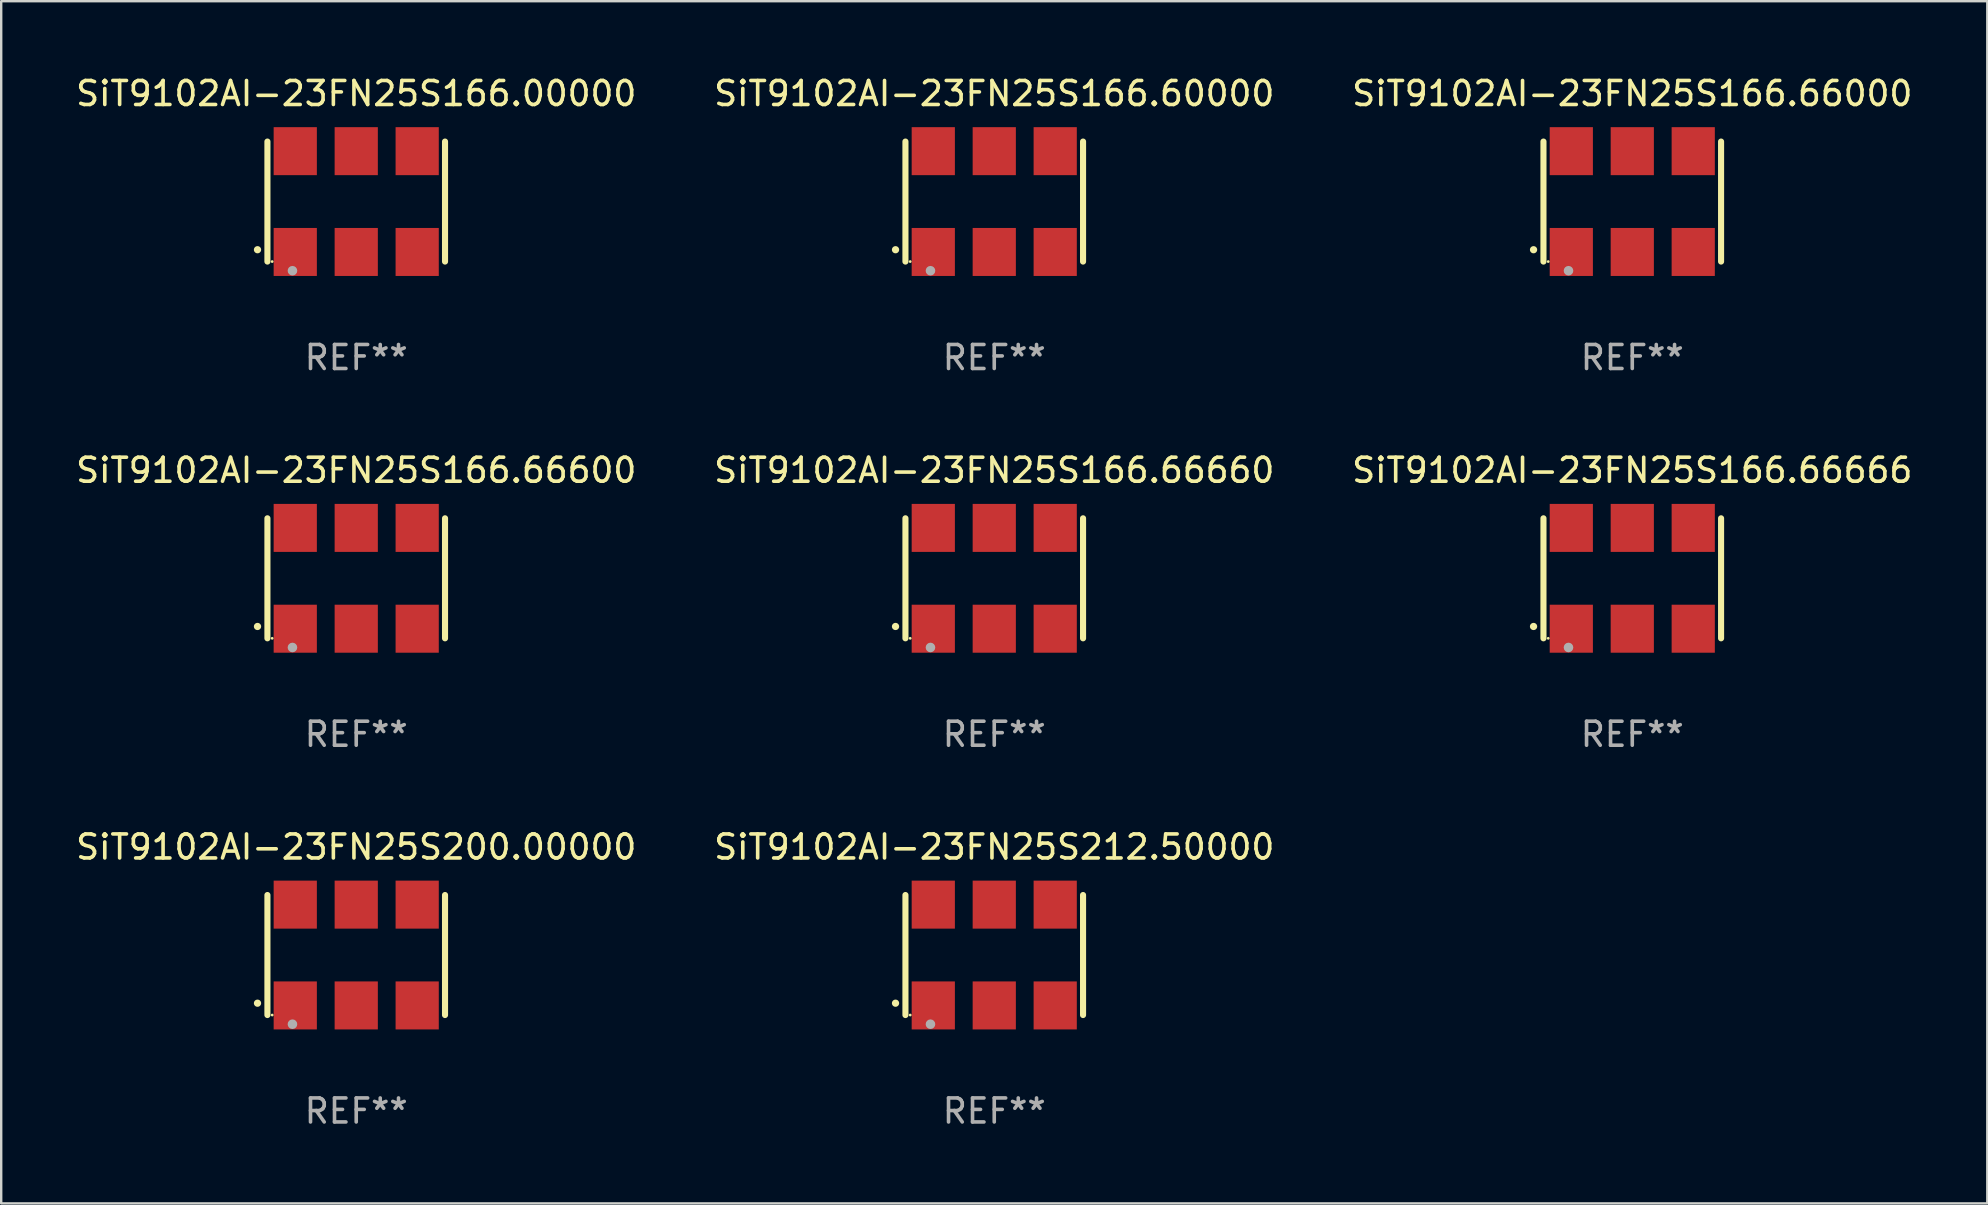
<source format=kicad_pcb>
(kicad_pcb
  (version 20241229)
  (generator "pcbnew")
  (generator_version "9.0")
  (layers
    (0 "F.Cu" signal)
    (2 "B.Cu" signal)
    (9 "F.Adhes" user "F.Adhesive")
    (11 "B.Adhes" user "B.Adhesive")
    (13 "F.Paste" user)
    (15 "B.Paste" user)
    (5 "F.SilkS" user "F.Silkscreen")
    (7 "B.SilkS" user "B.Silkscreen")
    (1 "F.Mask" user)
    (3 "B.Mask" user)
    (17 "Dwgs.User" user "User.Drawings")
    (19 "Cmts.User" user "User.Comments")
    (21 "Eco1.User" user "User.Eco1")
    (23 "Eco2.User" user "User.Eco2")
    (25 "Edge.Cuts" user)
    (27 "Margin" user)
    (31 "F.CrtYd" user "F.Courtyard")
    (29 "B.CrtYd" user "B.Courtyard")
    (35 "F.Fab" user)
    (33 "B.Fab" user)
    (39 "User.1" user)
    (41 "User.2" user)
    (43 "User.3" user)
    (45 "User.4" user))
  (footprint "SiT9102AI-23FN25S166.66600"
    (layer "F.Cu")
    (at 11.792 21.045)
    (property "Reference" "SiT9102AI-23FN25S166.66600" (at 0 -4.5 0) (layer "F.SilkS") (effects (font (size 1 1) (thickness 0.15))))
    (attr through_hole)
    (fp_line (start -3.7 -2.5) (end -3.7 2.5) (stroke (width 0.254) (type solid)) (layer "F.SilkS"))
    (fp_line (start 3.7 -2.5) (end 3.7 2.5) (stroke (width 0.254) (type solid)) (layer "F.SilkS"))
    (fp_arc (start -4.114415 2.006604) (mid -4.113145 2.006599) (end -4.111875 2.006604) (stroke (width 0.3) (type solid)) (layer "F.SilkS"))
    (fp_circle (center -3.502 2.5) (end -3.472 2.5) (stroke (width 0.06) (type solid)) (fill no) (layer "F.SilkS"))
    (fp_circle (center -2.657 2.882) (end -2.557 2.882) (stroke (width 0.2) (type solid)) (fill no) (layer "F.Fab"))
    (fp_text user "REF**" (at 0 6.5 0) (layer "F.Fab") (effects (font (size 1 1) (thickness 0.15))))
    (pad "1" smd rect (at -2.54 2.1) (size 1.8 2) (layers "F.Cu" "F.Mask" "F.Paste"))
    (pad "2" smd rect (at 0.000394 2.1) (size 1.8 2) (layers "F.Cu" "F.Mask" "F.Paste"))
    (pad "3" smd rect (at 2.54 2.1) (size 1.8 2) (layers "F.Cu" "F.Mask" "F.Paste"))
    (pad "4" smd rect (at 2.54 -2.1) (size 1.8 2) (layers "F.Cu" "F.Mask" "F.Paste"))
    (pad "5" smd rect (at 0.000394 -2.1) (size 1.8 2) (layers "F.Cu" "F.Mask" "F.Paste"))
    (pad "6" smd rect (at -2.54 -2.1) (size 1.8 2) (layers "F.Cu" "F.Mask" "F.Paste")))
  (footprint "SiT9102AI-23FN25S212.50000"
    (layer "F.Cu")
    (at 38.375 36.741)
    (property "Reference" "SiT9102AI-23FN25S212.50000" (at 0 -4.5 0) (layer "F.SilkS") (effects (font (size 1 1) (thickness 0.15))))
    (attr through_hole)
    (fp_line (start -3.7 -2.5) (end -3.7 2.5) (stroke (width 0.254) (type solid)) (layer "F.SilkS"))
    (fp_line (start 3.7 -2.5) (end 3.7 2.5) (stroke (width 0.254) (type solid)) (layer "F.SilkS"))
    (fp_arc (start -4.114415 2.006604) (mid -4.113145 2.006599) (end -4.111875 2.006604) (stroke (width 0.3) (type solid)) (layer "F.SilkS"))
    (fp_circle (center -3.502 2.5) (end -3.472 2.5) (stroke (width 0.06) (type solid)) (fill no) (layer "F.SilkS"))
    (fp_circle (center -2.657 2.882) (end -2.557 2.882) (stroke (width 0.2) (type solid)) (fill no) (layer "F.Fab"))
    (fp_text user "REF**" (at 0 6.5 0) (layer "F.Fab") (effects (font (size 1 1) (thickness 0.15))))
    (pad "1" smd rect (at -2.54 2.1) (size 1.8 2) (layers "F.Cu" "F.Mask" "F.Paste"))
    (pad "2" smd rect (at 0.000394 2.1) (size 1.8 2) (layers "F.Cu" "F.Mask" "F.Paste"))
    (pad "3" smd rect (at 2.54 2.1) (size 1.8 2) (layers "F.Cu" "F.Mask" "F.Paste"))
    (pad "4" smd rect (at 2.54 -2.1) (size 1.8 2) (layers "F.Cu" "F.Mask" "F.Paste"))
    (pad "5" smd rect (at 0.000394 -2.1) (size 1.8 2) (layers "F.Cu" "F.Mask" "F.Paste"))
    (pad "6" smd rect (at -2.54 -2.1) (size 1.8 2) (layers "F.Cu" "F.Mask" "F.Paste")))
  (footprint "SiT9102AI-23FN25S200.00000"
    (layer "F.Cu")
    (at 11.792 36.741)
    (property "Reference" "SiT9102AI-23FN25S200.00000" (at 0 -4.5 0) (layer "F.SilkS") (effects (font (size 1 1) (thickness 0.15))))
    (attr through_hole)
    (fp_line (start -3.7 -2.5) (end -3.7 2.5) (stroke (width 0.254) (type solid)) (layer "F.SilkS"))
    (fp_line (start 3.7 -2.5) (end 3.7 2.5) (stroke (width 0.254) (type solid)) (layer "F.SilkS"))
    (fp_arc (start -4.114415 2.006604) (mid -4.113145 2.006599) (end -4.111875 2.006604) (stroke (width 0.3) (type solid)) (layer "F.SilkS"))
    (fp_circle (center -3.502 2.5) (end -3.472 2.5) (stroke (width 0.06) (type solid)) (fill no) (layer "F.SilkS"))
    (fp_circle (center -2.657 2.882) (end -2.557 2.882) (stroke (width 0.2) (type solid)) (fill no) (layer "F.Fab"))
    (fp_text user "REF**" (at 0 6.5 0) (layer "F.Fab") (effects (font (size 1 1) (thickness 0.15))))
    (pad "1" smd rect (at -2.54 2.1) (size 1.8 2) (layers "F.Cu" "F.Mask" "F.Paste"))
    (pad "2" smd rect (at 0.000394 2.1) (size 1.8 2) (layers "F.Cu" "F.Mask" "F.Paste"))
    (pad "3" smd rect (at 2.54 2.1) (size 1.8 2) (layers "F.Cu" "F.Mask" "F.Paste"))
    (pad "4" smd rect (at 2.54 -2.1) (size 1.8 2) (layers "F.Cu" "F.Mask" "F.Paste"))
    (pad "5" smd rect (at 0.000394 -2.1) (size 1.8 2) (layers "F.Cu" "F.Mask" "F.Paste"))
    (pad "6" smd rect (at -2.54 -2.1) (size 1.8 2) (layers "F.Cu" "F.Mask" "F.Paste")))
  (footprint "SiT9102AI-23FN25S166.66660"
    (layer "F.Cu")
    (at 38.375 21.045)
    (property "Reference" "SiT9102AI-23FN25S166.66660" (at 0 -4.5 0) (layer "F.SilkS") (effects (font (size 1 1) (thickness 0.15))))
    (attr through_hole)
    (fp_line (start -3.7 -2.5) (end -3.7 2.5) (stroke (width 0.254) (type solid)) (layer "F.SilkS"))
    (fp_line (start 3.7 -2.5) (end 3.7 2.5) (stroke (width 0.254) (type solid)) (layer "F.SilkS"))
    (fp_arc (start -4.114415 2.006604) (mid -4.113145 2.006599) (end -4.111875 2.006604) (stroke (width 0.3) (type solid)) (layer "F.SilkS"))
    (fp_circle (center -3.502 2.5) (end -3.472 2.5) (stroke (width 0.06) (type solid)) (fill no) (layer "F.SilkS"))
    (fp_circle (center -2.657 2.882) (end -2.557 2.882) (stroke (width 0.2) (type solid)) (fill no) (layer "F.Fab"))
    (fp_text user "REF**" (at 0 6.5 0) (layer "F.Fab") (effects (font (size 1 1) (thickness 0.15))))
    (pad "1" smd rect (at -2.54 2.1) (size 1.8 2) (layers "F.Cu" "F.Mask" "F.Paste"))
    (pad "2" smd rect (at 0.000394 2.1) (size 1.8 2) (layers "F.Cu" "F.Mask" "F.Paste"))
    (pad "3" smd rect (at 2.54 2.1) (size 1.8 2) (layers "F.Cu" "F.Mask" "F.Paste"))
    (pad "4" smd rect (at 2.54 -2.1) (size 1.8 2) (layers "F.Cu" "F.Mask" "F.Paste"))
    (pad "5" smd rect (at 0.000394 -2.1) (size 1.8 2) (layers "F.Cu" "F.Mask" "F.Paste"))
    (pad "6" smd rect (at -2.54 -2.1) (size 1.8 2) (layers "F.Cu" "F.Mask" "F.Paste")))
  (footprint "SiT9102AI-23FN25S166.66666"
    (layer "F.Cu")
    (at 64.958 21.045)
    (property "Reference" "SiT9102AI-23FN25S166.66666" (at 0 -4.5 0) (layer "F.SilkS") (effects (font (size 1 1) (thickness 0.15))))
    (attr through_hole)
    (fp_line (start -3.7 -2.5) (end -3.7 2.5) (stroke (width 0.254) (type solid)) (layer "F.SilkS"))
    (fp_line (start 3.7 -2.5) (end 3.7 2.5) (stroke (width 0.254) (type solid)) (layer "F.SilkS"))
    (fp_arc (start -4.114415 2.006604) (mid -4.113145 2.006599) (end -4.111875 2.006604) (stroke (width 0.3) (type solid)) (layer "F.SilkS"))
    (fp_circle (center -3.502 2.5) (end -3.472 2.5) (stroke (width 0.06) (type solid)) (fill no) (layer "F.SilkS"))
    (fp_circle (center -2.657 2.882) (end -2.557 2.882) (stroke (width 0.2) (type solid)) (fill no) (layer "F.Fab"))
    (fp_text user "REF**" (at 0 6.5 0) (layer "F.Fab") (effects (font (size 1 1) (thickness 0.15))))
    (pad "1" smd rect (at -2.54 2.1) (size 1.8 2) (layers "F.Cu" "F.Mask" "F.Paste"))
    (pad "2" smd rect (at 0.000394 2.1) (size 1.8 2) (layers "F.Cu" "F.Mask" "F.Paste"))
    (pad "3" smd rect (at 2.54 2.1) (size 1.8 2) (layers "F.Cu" "F.Mask" "F.Paste"))
    (pad "4" smd rect (at 2.54 -2.1) (size 1.8 2) (layers "F.Cu" "F.Mask" "F.Paste"))
    (pad "5" smd rect (at 0.000394 -2.1) (size 1.8 2) (layers "F.Cu" "F.Mask" "F.Paste"))
    (pad "6" smd rect (at -2.54 -2.1) (size 1.8 2) (layers "F.Cu" "F.Mask" "F.Paste")))
  (footprint "SiT9102AI-23FN25S166.60000"
    (layer "F.Cu")
    (at 38.375 5.348)
    (property "Reference" "SiT9102AI-23FN25S166.60000" (at 0 -4.5 0) (layer "F.SilkS") (effects (font (size 1 1) (thickness 0.15))))
    (attr through_hole)
    (fp_line (start -3.7 -2.5) (end -3.7 2.5) (stroke (width 0.254) (type solid)) (layer "F.SilkS"))
    (fp_line (start 3.7 -2.5) (end 3.7 2.5) (stroke (width 0.254) (type solid)) (layer "F.SilkS"))
    (fp_arc (start -4.114415 2.006604) (mid -4.113145 2.006599) (end -4.111875 2.006604) (stroke (width 0.3) (type solid)) (layer "F.SilkS"))
    (fp_circle (center -3.502 2.5) (end -3.472 2.5) (stroke (width 0.06) (type solid)) (fill no) (layer "F.SilkS"))
    (fp_circle (center -2.657 2.882) (end -2.557 2.882) (stroke (width 0.2) (type solid)) (fill no) (layer "F.Fab"))
    (fp_text user "REF**" (at 0 6.5 0) (layer "F.Fab") (effects (font (size 1 1) (thickness 0.15))))
    (pad "1" smd rect (at -2.54 2.1) (size 1.8 2) (layers "F.Cu" "F.Mask" "F.Paste"))
    (pad "2" smd rect (at 0.000394 2.1) (size 1.8 2) (layers "F.Cu" "F.Mask" "F.Paste"))
    (pad "3" smd rect (at 2.54 2.1) (size 1.8 2) (layers "F.Cu" "F.Mask" "F.Paste"))
    (pad "4" smd rect (at 2.54 -2.1) (size 1.8 2) (layers "F.Cu" "F.Mask" "F.Paste"))
    (pad "5" smd rect (at 0.000394 -2.1) (size 1.8 2) (layers "F.Cu" "F.Mask" "F.Paste"))
    (pad "6" smd rect (at -2.54 -2.1) (size 1.8 2) (layers "F.Cu" "F.Mask" "F.Paste")))
  (footprint "SiT9102AI-23FN25S166.00000"
    (layer "F.Cu")
    (at 11.792 5.348)
    (property "Reference" "SiT9102AI-23FN25S166.00000" (at 0 -4.5 0) (layer "F.SilkS") (effects (font (size 1 1) (thickness 0.15))))
    (attr through_hole)
    (fp_line (start -3.7 -2.5) (end -3.7 2.5) (stroke (width 0.254) (type solid)) (layer "F.SilkS"))
    (fp_line (start 3.7 -2.5) (end 3.7 2.5) (stroke (width 0.254) (type solid)) (layer "F.SilkS"))
    (fp_arc (start -4.114415 2.006604) (mid -4.113145 2.006599) (end -4.111875 2.006604) (stroke (width 0.3) (type solid)) (layer "F.SilkS"))
    (fp_circle (center -3.502 2.5) (end -3.472 2.5) (stroke (width 0.06) (type solid)) (fill no) (layer "F.SilkS"))
    (fp_circle (center -2.657 2.882) (end -2.557 2.882) (stroke (width 0.2) (type solid)) (fill no) (layer "F.Fab"))
    (fp_text user "REF**" (at 0 6.5 0) (layer "F.Fab") (effects (font (size 1 1) (thickness 0.15))))
    (pad "1" smd rect (at -2.54 2.1) (size 1.8 2) (layers "F.Cu" "F.Mask" "F.Paste"))
    (pad "2" smd rect (at 0.000394 2.1) (size 1.8 2) (layers "F.Cu" "F.Mask" "F.Paste"))
    (pad "3" smd rect (at 2.54 2.1) (size 1.8 2) (layers "F.Cu" "F.Mask" "F.Paste"))
    (pad "4" smd rect (at 2.54 -2.1) (size 1.8 2) (layers "F.Cu" "F.Mask" "F.Paste"))
    (pad "5" smd rect (at 0.000394 -2.1) (size 1.8 2) (layers "F.Cu" "F.Mask" "F.Paste"))
    (pad "6" smd rect (at -2.54 -2.1) (size 1.8 2) (layers "F.Cu" "F.Mask" "F.Paste")))
  (footprint "SiT9102AI-23FN25S166.66000"
    (layer "F.Cu")
    (at 64.958 5.348)
    (property "Reference" "SiT9102AI-23FN25S166.66000" (at 0 -4.5 0) (layer "F.SilkS") (effects (font (size 1 1) (thickness 0.15))))
    (attr through_hole)
    (fp_line (start -3.7 -2.5) (end -3.7 2.5) (stroke (width 0.254) (type solid)) (layer "F.SilkS"))
    (fp_line (start 3.7 -2.5) (end 3.7 2.5) (stroke (width 0.254) (type solid)) (layer "F.SilkS"))
    (fp_arc (start -4.114415 2.006604) (mid -4.113145 2.006599) (end -4.111875 2.006604) (stroke (width 0.3) (type solid)) (layer "F.SilkS"))
    (fp_circle (center -3.502 2.5) (end -3.472 2.5) (stroke (width 0.06) (type solid)) (fill no) (layer "F.SilkS"))
    (fp_circle (center -2.657 2.882) (end -2.557 2.882) (stroke (width 0.2) (type solid)) (fill no) (layer "F.Fab"))
    (fp_text user "REF**" (at 0 6.5 0) (layer "F.Fab") (effects (font (size 1 1) (thickness 0.15))))
    (pad "1" smd rect (at -2.54 2.1) (size 1.8 2) (layers "F.Cu" "F.Mask" "F.Paste"))
    (pad "2" smd rect (at 0.000394 2.1) (size 1.8 2) (layers "F.Cu" "F.Mask" "F.Paste"))
    (pad "3" smd rect (at 2.54 2.1) (size 1.8 2) (layers "F.Cu" "F.Mask" "F.Paste"))
    (pad "4" smd rect (at 2.54 -2.1) (size 1.8 2) (layers "F.Cu" "F.Mask" "F.Paste"))
    (pad "5" smd rect (at 0.000394 -2.1) (size 1.8 2) (layers "F.Cu" "F.Mask" "F.Paste"))
    (pad "6" smd rect (at -2.54 -2.1) (size 1.8 2) (layers "F.Cu" "F.Mask" "F.Paste")))
  (gr_rect
    (start -3 -3)
    (end 79.75 47.09)
    (stroke (width 0.1) (type default))
    (fill no)
    (layer "Edge.Cuts")))
</source>
